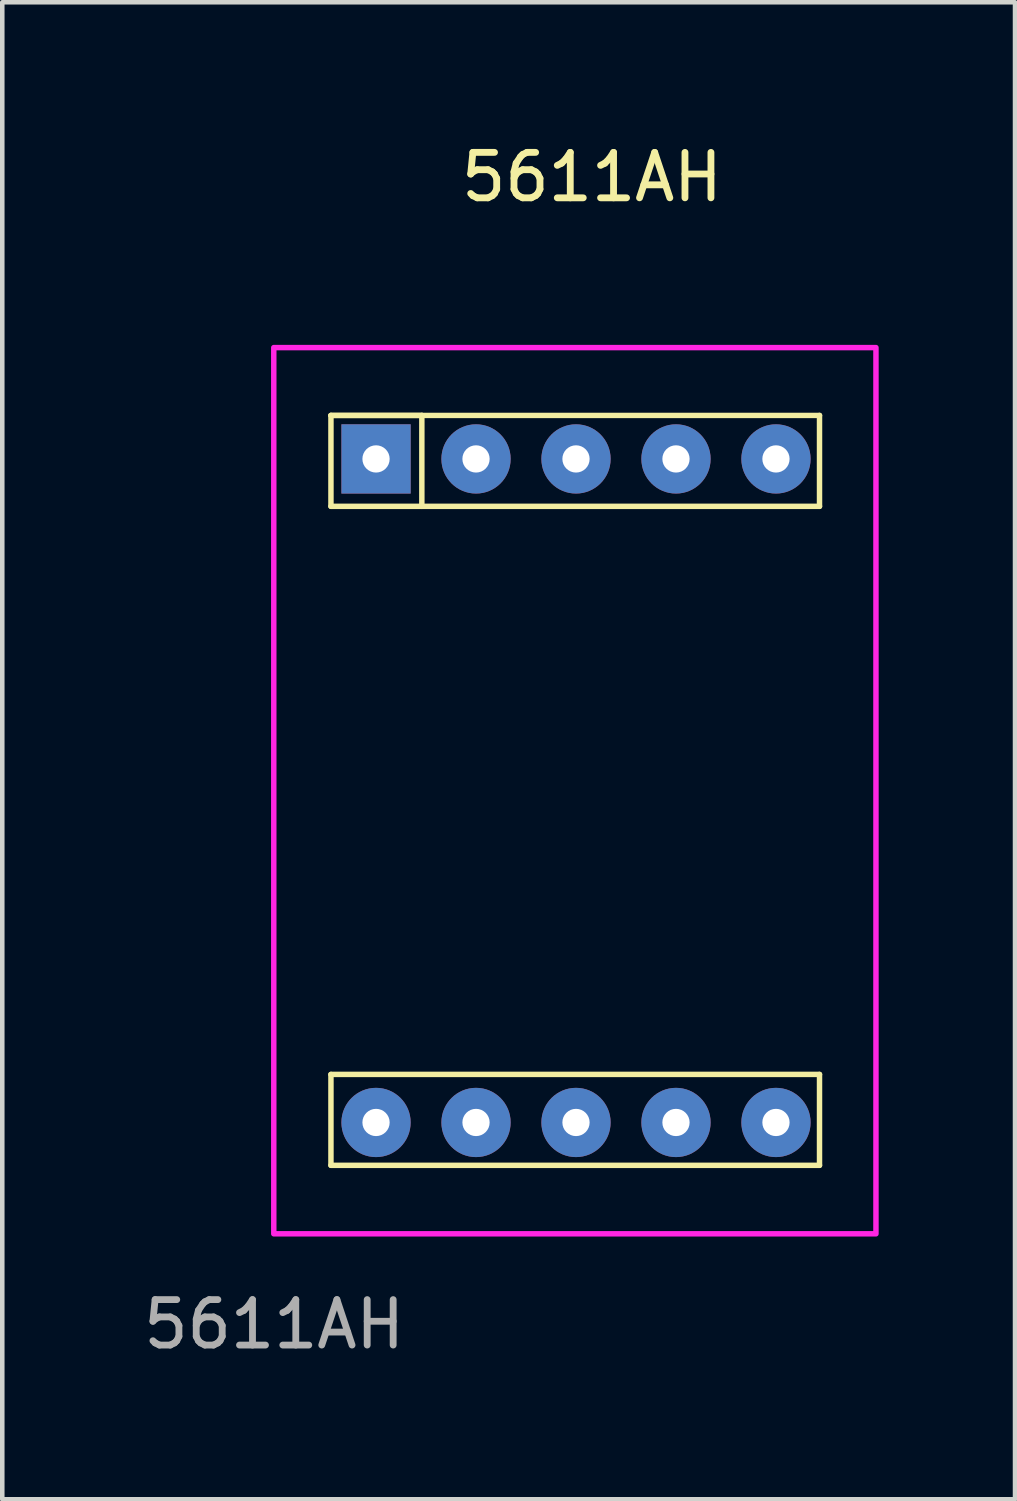
<source format=kicad_pcb>
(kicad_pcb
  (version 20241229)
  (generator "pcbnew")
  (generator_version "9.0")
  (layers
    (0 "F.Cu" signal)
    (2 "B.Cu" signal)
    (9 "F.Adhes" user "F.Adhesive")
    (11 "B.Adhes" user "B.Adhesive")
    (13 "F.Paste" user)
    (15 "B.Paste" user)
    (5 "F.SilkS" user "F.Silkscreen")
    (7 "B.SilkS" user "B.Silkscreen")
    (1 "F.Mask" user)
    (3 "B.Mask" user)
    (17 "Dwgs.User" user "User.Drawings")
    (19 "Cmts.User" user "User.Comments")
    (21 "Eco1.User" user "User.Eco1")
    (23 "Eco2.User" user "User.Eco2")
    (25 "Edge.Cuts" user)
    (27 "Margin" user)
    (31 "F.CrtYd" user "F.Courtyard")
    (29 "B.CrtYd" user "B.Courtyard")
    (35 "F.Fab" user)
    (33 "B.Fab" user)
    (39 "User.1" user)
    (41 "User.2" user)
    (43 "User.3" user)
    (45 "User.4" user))
  (footprint "5611AH"
    (layer "F.Cu")
    (at 2.982 24.091)
    (property "Reference" "5611AH" (at 6.992 -23.243 0) (unlocked yes) (layer "F.SilkS") (effects (font (size 1 1) (thickness 0.15))))
    (attr through_hole)
    (fp_line (start 1.25 -18) (end 3.25 -18) (stroke (width 0.12) (type solid)) (layer "F.SilkS"))
    (fp_line (start 1.25 -18) (end 12 -18) (stroke (width 0.12) (type solid)) (layer "F.SilkS"))
    (fp_line (start 1.25 -16) (end 1.25 -18) (stroke (width 0.12) (type solid)) (layer "F.SilkS"))
    (fp_line (start 1.25 -3.5) (end 12 -3.5) (stroke (width 0.12) (type solid)) (layer "F.SilkS"))
    (fp_line (start 1.25 -1.5) (end 1.25 -3.5) (stroke (width 0.12) (type solid)) (layer "F.SilkS"))
    (fp_line (start 3.25 -18) (end 3.25 -16) (stroke (width 0.12) (type solid)) (layer "F.SilkS"))
    (fp_line (start 12 -18) (end 12 -16) (stroke (width 0.12) (type solid)) (layer "F.SilkS"))
    (fp_line (start 12 -16) (end 1.25 -16) (stroke (width 0.12) (type solid)) (layer "F.SilkS"))
    (fp_line (start 12 -3.5) (end 12 -1.5) (stroke (width 0.12) (type solid)) (layer "F.SilkS"))
    (fp_line (start 12 -1.5) (end 1.25 -1.5) (stroke (width 0.12) (type solid)) (layer "F.SilkS"))
    (fp_rect (start -0.008 -19.493) (end 13.242 0.007) (stroke (width 0.12) (type solid)) (fill no) (layer "F.CrtYd"))
    (fp_line (start 0.342 -19.243) (end 0.342 -0.243) (stroke (width 0.2) (type solid)) (layer "User.1"))
    (fp_line (start 0.342 -19.143) (end 0.342 -0.343) (stroke (width 0.2) (type solid)) (layer "User.1"))
    (fp_line (start 0.342 -17.243) (end 0.342 -17.243) (stroke (width 0.2) (type solid)) (layer "User.1"))
    (fp_line (start 0.342 -17.243) (end 0.342 -2.243) (stroke (width 0.2) (type solid)) (layer "User.1"))
    (fp_line (start 0.342 -2.243) (end 0.342 -17.243) (stroke (width 0.2) (type solid)) (layer "User.1"))
    (fp_line (start 0.342 -2.243) (end 0.342 -2.243) (stroke (width 0.2) (type solid)) (layer "User.1"))
    (fp_line (start 0.342 -0.243) (end 0.342 -0.243) (stroke (width 0.2) (type solid)) (layer "User.1"))
    (fp_line (start 0.342 -0.243) (end 12.942 -0.243) (stroke (width 0.2) (type solid)) (layer "User.1"))
    (fp_line (start 0.342 -0.243) (end 12.942 -0.243) (stroke (width 0.2) (type solid)) (layer "User.1"))
    (fp_line (start 0.442 -0.243) (end 12.842 -0.243) (stroke (width 0.2) (type solid)) (layer "User.1"))
    (fp_line (start 0.842 -18.743) (end 0.842 -0.743) (stroke (width 0.2) (type solid)) (layer "User.1"))
    (fp_line (start 0.842 -0.743) (end 12.442 -0.743) (stroke (width 0.2) (type solid)) (layer "User.1"))
    (fp_line (start 1.648 -2.644) (end 2.792 -3.593) (stroke (width 0.2) (type solid)) (layer "User.1"))
    (fp_line (start 2.108 -8.825) (end 1.249 -3.99) (stroke (width 0.2) (type solid)) (layer "User.1"))
    (fp_line (start 2.108 -8.825) (end 2.99 -9.565) (stroke (width 0.2) (type solid)) (layer "User.1"))
    (fp_line (start 2.342 -0.243) (end 2.342 -0.243) (stroke (width 0.2) (type solid)) (layer "User.1"))
    (fp_line (start 2.342 -0.243) (end 10.942 -0.243) (stroke (width 0.2) (type solid)) (layer "User.1"))
    (fp_line (start 2.342 -0.243) (end 10.942 -0.243) (stroke (width 0.2) (type solid)) (layer "User.1"))
    (fp_line (start 2.442 -10.543) (end 3.343 -16.008) (stroke (width 0.2) (type solid)) (layer "User.1"))
    (fp_line (start 2.693 -3.764) (end 1.527 -2.787) (stroke (width 0.2) (type solid)) (layer "User.1"))
    (fp_line (start 2.792 -3.593) (end 8.342 -3.593) (stroke (width 0.2) (type solid)) (layer "User.1"))
    (fp_line (start 2.798 -2.147) (end 8.401 -2.157) (stroke (width 0.2) (type solid)) (layer "User.1"))
    (fp_line (start 2.99 -9.565) (end 3.59 -8.85) (stroke (width 0.2) (type solid)) (layer "User.1"))
    (fp_line (start 3.024 -9.865) (end 2.442 -10.543) (stroke (width 0.2) (type solid)) (layer "User.1"))
    (fp_line (start 3.142 -9.693) (end 4.019 -10.428) (stroke (width 0.2) (type solid)) (layer "User.1"))
    (fp_line (start 3.59 -8.85) (end 2.693 -3.764) (stroke (width 0.2) (type solid)) (layer "User.1"))
    (fp_line (start 3.742 -9.01) (end 3.142 -9.693) (stroke (width 0.2) (type solid)) (layer "User.1"))
    (fp_line (start 3.892 -10.593) (end 3.024 -9.865) (stroke (width 0.2) (type solid)) (layer "User.1"))
    (fp_line (start 4.019 -10.428) (end 9.565 -10.428) (stroke (width 0.2) (type solid)) (layer "User.1"))
    (fp_line (start 4.792 -15.693) (end 3.779 -16.859) (stroke (width 0.2) (type solid)) (layer "User.1"))
    (fp_line (start 4.792 -15.693) (end 3.892 -10.593) (stroke (width 0.2) (type solid)) (layer "User.1"))
    (fp_line (start 4.891 -17.322) (end 10.592 -17.322) (stroke (width 0.2) (type solid)) (layer "User.1"))
    (fp_line (start 4.942 -15.843) (end 3.938 -16.999) (stroke (width 0.2) (type solid)) (layer "User.1"))
    (fp_line (start 4.942 -15.843) (end 10.542 -15.843) (stroke (width 0.2) (type solid)) (layer "User.1"))
    (fp_line (start 8.342 -3.593) (end 9.331 -2.464) (stroke (width 0.2) (type solid)) (layer "User.1"))
    (fp_line (start 8.542 -3.743) (end 9.442 -8.843) (stroke (width 0.2) (type solid)) (layer "User.1"))
    (fp_line (start 8.542 -3.743) (end 9.52 -2.629) (stroke (width 0.2) (type solid)) (layer "User.1"))
    (fp_line (start 9.312 -9.01) (end 3.742 -9.01) (stroke (width 0.2) (type solid)) (layer "User.1"))
    (fp_line (start 9.442 -8.843) (end 10.312 -9.573) (stroke (width 0.2) (type solid)) (layer "User.1"))
    (fp_line (start 9.565 -10.428) (end 10.171 -9.73) (stroke (width 0.2) (type solid)) (layer "User.1"))
    (fp_line (start 9.742 -10.543) (end 10.328 -9.86) (stroke (width 0.2) (type solid)) (layer "User.1"))
    (fp_line (start 10.171 -9.73) (end 9.312 -9.01) (stroke (width 0.2) (type solid)) (layer "User.1"))
    (fp_line (start 10.312 -9.573) (end 10.925 -8.843) (stroke (width 0.2) (type solid)) (layer "User.1"))
    (fp_line (start 10.328 -9.86) (end 11.207 -10.555) (stroke (width 0.2) (type solid)) (layer "User.1"))
    (fp_line (start 10.542 -15.843) (end 11.719 -16.832) (stroke (width 0.2) (type solid)) (layer "User.1"))
    (fp_line (start 10.62 -15.67) (end 9.742 -10.543) (stroke (width 0.2) (type solid)) (layer "User.1"))
    (fp_line (start 10.62 -15.67) (end 11.825 -16.705) (stroke (width 0.2) (type solid)) (layer "User.1"))
    (fp_line (start 10.925 -8.843) (end 9.942 -3.445) (stroke (width 0.2) (type solid)) (layer "User.1"))
    (fp_line (start 10.942 -0.243) (end 2.342 -0.243) (stroke (width 0.2) (type solid)) (layer "User.1"))
    (fp_line (start 10.942 -0.243) (end 10.942 -0.243) (stroke (width 0.2) (type solid)) (layer "User.1"))
    (fp_line (start 11.207 -10.555) (end 12.108 -15.504) (stroke (width 0.2) (type solid)) (layer "User.1"))
    (fp_line (start 12.442 -18.743) (end 0.842 -18.743) (stroke (width 0.2) (type solid)) (layer "User.1"))
    (fp_line (start 12.442 -0.743) (end 12.442 -18.743) (stroke (width 0.2) (type solid)) (layer "User.1"))
    (fp_line (start 12.842 -19.243) (end 0.442 -19.243) (stroke (width 0.2) (type solid)) (layer "User.1"))
    (fp_line (start 12.942 -19.243) (end 0.342 -19.243) (stroke (width 0.2) (type solid)) (layer "User.1"))
    (fp_line (start 12.942 -0.343) (end 12.942 -19.143) (stroke (width 0.2) (type solid)) (layer "User.1"))
    (fp_line (start 12.942 -0.243) (end 12.942 -19.243) (stroke (width 0.2) (type solid)) (layer "User.1"))
    (fp_line (start 12.942 -0.243) (end 12.942 -0.243) (stroke (width 0.2) (type solid)) (layer "User.1"))
    (fp_arc (start 0.341795 -19.142817) (mid 0.371084 -19.213528) (end 0.441795 -19.242817) (stroke (width 0.2) (type solid)) (layer "User.1"))
    (fp_arc (start 0.441795 -0.242817) (mid 0.371084 -0.272106) (end 0.341795 -0.342817) (stroke (width 0.2) (type solid)) (layer "User.1"))
    (fp_arc (start 2.797543 -2.146515) (mid 1.59247 -2.706467) (end 1.249014 -3.990128) (stroke (width 0.2) (type solid)) (layer "User.1"))
    (fp_arc (start 3.342975 -16.0082) (mid 3.875948 -16.949385) (end 4.891304 -17.322133) (stroke (width 0.2) (type solid)) (layer "User.1"))
    (fp_arc (start 9.941925 -3.444812) (mid 9.404503 -2.521882) (end 8.4009 -2.156638) (stroke (width 0.2) (type solid)) (layer "User.1"))
    (fp_arc (start 10.59164 -17.322133) (mid 11.775433 -16.768074) (end 12.108347 -15.504146) (stroke (width 0.2) (type solid)) (layer "User.1"))
    (fp_arc (start 12.841795 -19.242817) (mid 12.912506 -19.213528) (end 12.941795 -19.142817) (stroke (width 0.2) (type solid)) (layer "User.1"))
    (fp_arc (start 12.941795 -0.342817) (mid 12.912506 -0.272106) (end 12.841795 -0.242817) (stroke (width 0.2) (type solid)) (layer "User.1"))
    (fp_circle (center 0.342 -0.243) (end 0.442 -0.243) (stroke (width 0.0001) (type solid)) (fill no) (layer "User.1"))
    (fp_circle (center 0.342 -0.243) (end 0.442 -0.243) (stroke (width 0.0001) (type solid)) (fill no) (layer "User.1"))
    (fp_circle (center 0.342 -0.243) (end 0.442 -0.243) (stroke (width 0.0001) (type solid)) (fill no) (layer "User.1"))
    (fp_circle (center 0.342 -0.243) (end 0.442 -0.243) (stroke (width 0.0001) (type solid)) (fill no) (layer "User.1"))
    (fp_circle (center 0.342 -0.243) (end 0.442 -0.243) (stroke (width 0.0001) (type solid)) (fill no) (layer "User.1"))
    (fp_circle (center 2.242 -17.043) (end 2.492 -17.043) (stroke (width 0.2) (type solid)) (fill no) (layer "User.1"))
    (fp_circle (center 2.242 -2.443) (end 2.342 -2.443) (stroke (width 0.0001) (type solid)) (fill no) (layer "User.1"))
    (fp_circle (center 2.242 -2.443) (end 2.492 -2.443) (stroke (width 0.2) (type solid)) (fill no) (layer "User.1"))
    (fp_circle (center 4.442 -17.043) (end 4.692 -17.043) (stroke (width 0.2) (type solid)) (fill no) (layer "User.1"))
    (fp_circle (center 4.442 -2.443) (end 4.692 -2.443) (stroke (width 0.2) (type solid)) (fill no) (layer "User.1"))
    (fp_circle (center 6.642 -17.043) (end 6.892 -17.043) (stroke (width 0.2) (type solid)) (fill no) (layer "User.1"))
    (fp_circle (center 6.642 -2.443) (end 6.892 -2.443) (stroke (width 0.2) (type solid)) (fill no) (layer "User.1"))
    (fp_circle (center 8.842 -17.043) (end 9.092 -17.043) (stroke (width 0.2) (type solid)) (fill no) (layer "User.1"))
    (fp_circle (center 8.842 -2.443) (end 9.092 -2.443) (stroke (width 0.2) (type solid)) (fill no) (layer "User.1"))
    (fp_circle (center 11.042 -17.043) (end 11.292 -17.043) (stroke (width 0.2) (type solid)) (fill no) (layer "User.1"))
    (fp_circle (center 11.042 -2.443) (end 11.292 -2.443) (stroke (width 0.2) (type solid)) (fill no) (layer "User.1"))
    (fp_circle (center 11.25 -3.03) (end 11.97 -3.03) (stroke (width 0.2) (type solid)) (fill no) (layer "User.1"))
    (fp_text user "${REFERENCE}" (at 0 2 0) (unlocked yes) (layer "F.Fab") (effects (font (size 1 1) (thickness 0.15))))
    (pad "1" thru_hole rect (at 2.242 -17.043) (size 1.524 1.524) (drill 0.6) (layers "*.Cu" "*.Mask"))
    (pad "2" thru_hole circle (at 4.442 -17.043) (size 1.524 1.524) (drill 0.6) (layers "*.Cu" "*.Mask"))
    (pad "3" thru_hole circle (at 6.642 -17.043) (size 1.524 1.524) (drill 0.6) (layers "*.Cu" "*.Mask"))
    (pad "4" thru_hole circle (at 8.842 -17.043) (size 1.524 1.524) (drill 0.6) (layers "*.Cu" "*.Mask"))
    (pad "5" thru_hole circle (at 11.042 -17.043) (size 1.524 1.524) (drill 0.6) (layers "*.Cu" "*.Mask"))
    (pad "6" thru_hole circle (at 2.242 -2.443) (size 1.524 1.524) (drill 0.6) (layers "*.Cu" "*.Mask"))
    (pad "7" thru_hole circle (at 4.442 -2.443) (size 1.524 1.524) (drill 0.6) (layers "*.Cu" "*.Mask"))
    (pad "8" thru_hole circle (at 6.642 -2.443) (size 1.524 1.524) (drill 0.6) (layers "*.Cu" "*.Mask"))
    (pad "9" thru_hole circle (at 8.842 -2.443) (size 1.524 1.524) (drill 0.6) (layers "*.Cu" "*.Mask"))
    (pad "10" thru_hole circle (at 11.042 -2.443) (size 1.524 1.524) (drill 0.6) (layers "*.Cu" "*.Mask")))
  (gr_rect
    (start -3 -3)
    (end 19.284 29.939)
    (stroke (width 0.1) (type default))
    (fill no)
    (layer "Edge.Cuts")))
</source>
